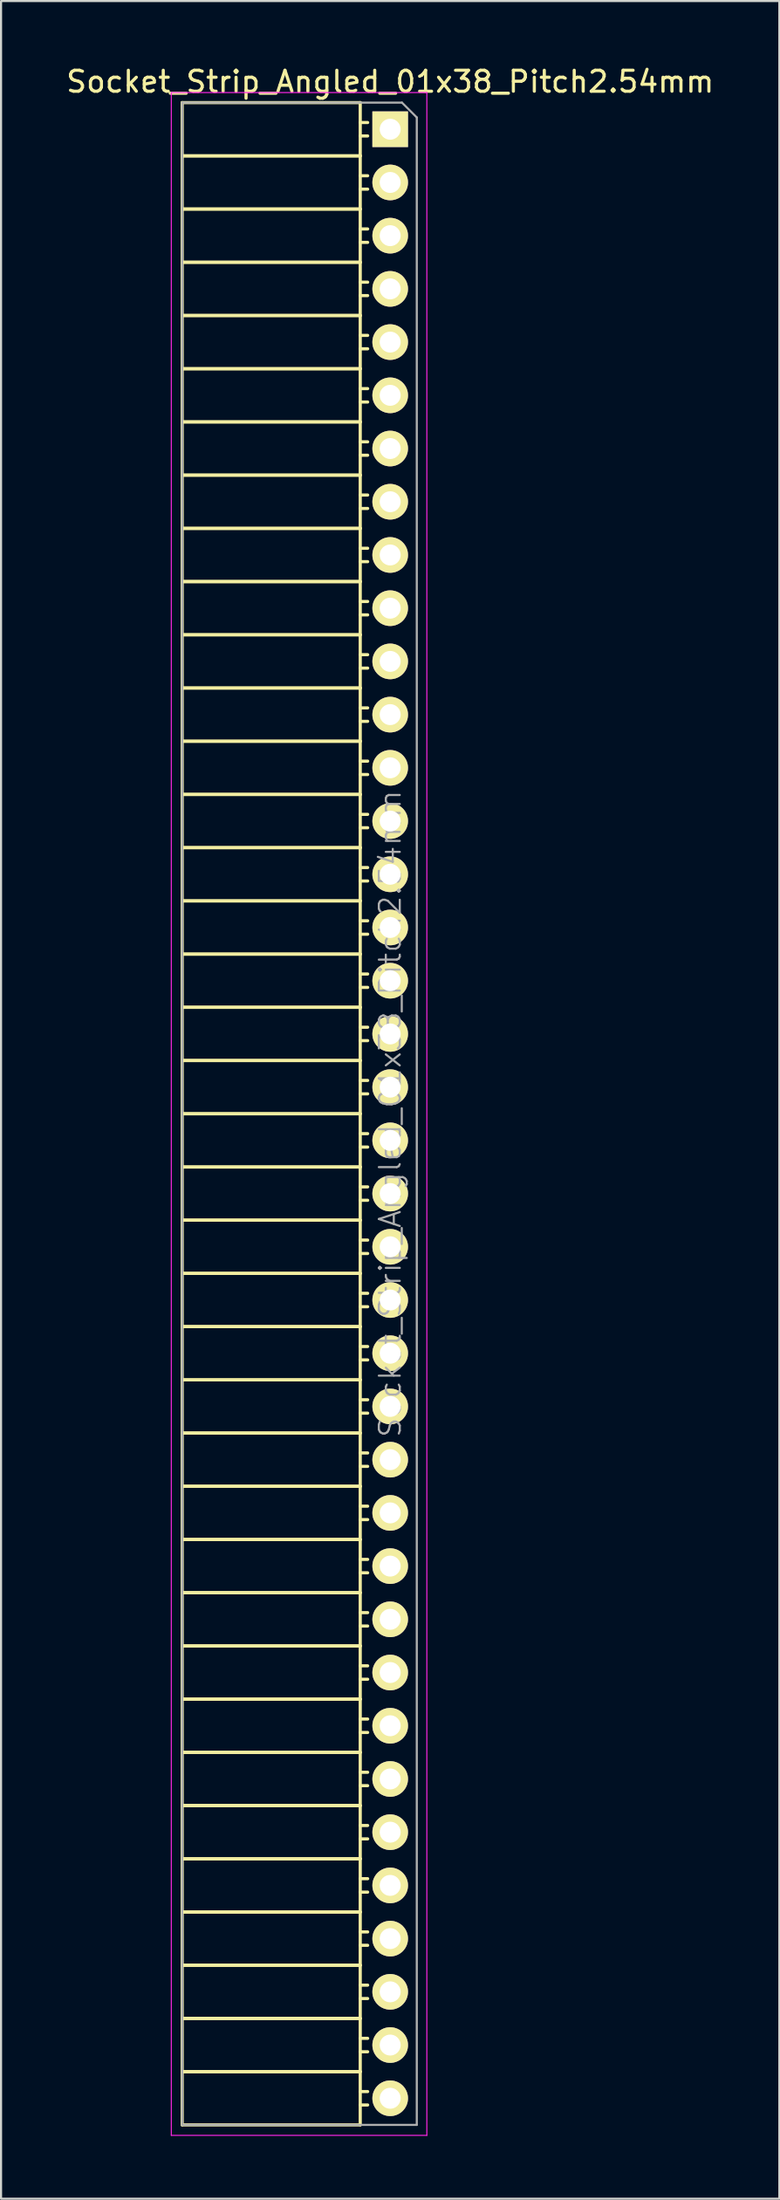
<source format=kicad_pcb>
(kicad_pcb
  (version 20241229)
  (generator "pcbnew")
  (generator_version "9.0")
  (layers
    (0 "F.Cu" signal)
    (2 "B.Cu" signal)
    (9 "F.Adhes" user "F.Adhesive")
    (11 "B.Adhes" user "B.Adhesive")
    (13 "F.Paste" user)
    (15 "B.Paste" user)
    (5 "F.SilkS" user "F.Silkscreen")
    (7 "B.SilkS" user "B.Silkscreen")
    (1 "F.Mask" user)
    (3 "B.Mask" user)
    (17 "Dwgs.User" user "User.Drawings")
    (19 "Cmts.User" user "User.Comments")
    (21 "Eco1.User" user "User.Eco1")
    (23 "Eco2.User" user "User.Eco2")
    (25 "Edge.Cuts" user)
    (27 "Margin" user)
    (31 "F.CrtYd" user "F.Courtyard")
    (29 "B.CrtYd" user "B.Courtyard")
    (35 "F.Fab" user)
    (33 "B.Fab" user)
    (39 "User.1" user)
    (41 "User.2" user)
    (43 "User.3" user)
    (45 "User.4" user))
  (footprint "Socket_Strip_Angled_01x38_Pitch2.54mm"
    (layer "F.Cu")
    (at 15.577 3.118)
    (property "Reference" "Socket_Strip_Angled_01x38_Pitch2.54mm" (at 0 -2.27 0) (layer "F.SilkS") (effects (font (size 1 1) (thickness 0.15))))
    (attr smd)
    (fp_line (start -9.93 -1.27) (end -9.93 1.27) (stroke (width 0.15) (type solid)) (layer "F.SilkS"))
    (fp_line (start -9.93 -1.27) (end -1.43 -1.27) (stroke (width 0.15) (type solid)) (layer "F.SilkS"))
    (fp_line (start -9.93 1.27) (end -9.93 3.81) (stroke (width 0.15) (type solid)) (layer "F.SilkS"))
    (fp_line (start -9.93 1.27) (end -1.43 1.27) (stroke (width 0.15) (type solid)) (layer "F.SilkS"))
    (fp_line (start -9.93 1.27) (end -1.43 1.27) (stroke (width 0.15) (type solid)) (layer "F.SilkS"))
    (fp_line (start -9.93 3.81) (end -9.93 6.35) (stroke (width 0.15) (type solid)) (layer "F.SilkS"))
    (fp_line (start -9.93 3.81) (end -1.43 3.81) (stroke (width 0.15) (type solid)) (layer "F.SilkS"))
    (fp_line (start -9.93 3.81) (end -1.43 3.81) (stroke (width 0.15) (type solid)) (layer "F.SilkS"))
    (fp_line (start -9.93 6.35) (end -9.93 8.89) (stroke (width 0.15) (type solid)) (layer "F.SilkS"))
    (fp_line (start -9.93 6.35) (end -1.43 6.35) (stroke (width 0.15) (type solid)) (layer "F.SilkS"))
    (fp_line (start -9.93 6.35) (end -1.43 6.35) (stroke (width 0.15) (type solid)) (layer "F.SilkS"))
    (fp_line (start -9.93 8.89) (end -9.93 11.43) (stroke (width 0.15) (type solid)) (layer "F.SilkS"))
    (fp_line (start -9.93 8.89) (end -1.43 8.89) (stroke (width 0.15) (type solid)) (layer "F.SilkS"))
    (fp_line (start -9.93 8.89) (end -1.43 8.89) (stroke (width 0.15) (type solid)) (layer "F.SilkS"))
    (fp_line (start -9.93 11.43) (end -9.93 13.97) (stroke (width 0.15) (type solid)) (layer "F.SilkS"))
    (fp_line (start -9.93 11.43) (end -1.43 11.43) (stroke (width 0.15) (type solid)) (layer "F.SilkS"))
    (fp_line (start -9.93 11.43) (end -1.43 11.43) (stroke (width 0.15) (type solid)) (layer "F.SilkS"))
    (fp_line (start -9.93 13.97) (end -9.93 16.51) (stroke (width 0.15) (type solid)) (layer "F.SilkS"))
    (fp_line (start -9.93 13.97) (end -1.43 13.97) (stroke (width 0.15) (type solid)) (layer "F.SilkS"))
    (fp_line (start -9.93 13.97) (end -1.43 13.97) (stroke (width 0.15) (type solid)) (layer "F.SilkS"))
    (fp_line (start -9.93 16.51) (end -9.93 19.05) (stroke (width 0.15) (type solid)) (layer "F.SilkS"))
    (fp_line (start -9.93 16.51) (end -1.43 16.51) (stroke (width 0.15) (type solid)) (layer "F.SilkS"))
    (fp_line (start -9.93 16.51) (end -1.43 16.51) (stroke (width 0.15) (type solid)) (layer "F.SilkS"))
    (fp_line (start -9.93 19.05) (end -9.93 21.59) (stroke (width 0.15) (type solid)) (layer "F.SilkS"))
    (fp_line (start -9.93 19.05) (end -1.43 19.05) (stroke (width 0.15) (type solid)) (layer "F.SilkS"))
    (fp_line (start -9.93 19.05) (end -1.43 19.05) (stroke (width 0.15) (type solid)) (layer "F.SilkS"))
    (fp_line (start -9.93 21.59) (end -9.93 24.13) (stroke (width 0.15) (type solid)) (layer "F.SilkS"))
    (fp_line (start -9.93 21.59) (end -1.43 21.59) (stroke (width 0.15) (type solid)) (layer "F.SilkS"))
    (fp_line (start -9.93 21.59) (end -1.43 21.59) (stroke (width 0.15) (type solid)) (layer "F.SilkS"))
    (fp_line (start -9.93 24.13) (end -9.93 26.67) (stroke (width 0.15) (type solid)) (layer "F.SilkS"))
    (fp_line (start -9.93 24.13) (end -1.43 24.13) (stroke (width 0.15) (type solid)) (layer "F.SilkS"))
    (fp_line (start -9.93 24.13) (end -1.43 24.13) (stroke (width 0.15) (type solid)) (layer "F.SilkS"))
    (fp_line (start -9.93 26.67) (end -9.93 29.21) (stroke (width 0.15) (type solid)) (layer "F.SilkS"))
    (fp_line (start -9.93 26.67) (end -1.43 26.67) (stroke (width 0.15) (type solid)) (layer "F.SilkS"))
    (fp_line (start -9.93 26.67) (end -1.43 26.67) (stroke (width 0.15) (type solid)) (layer "F.SilkS"))
    (fp_line (start -9.93 29.21) (end -9.93 31.75) (stroke (width 0.15) (type solid)) (layer "F.SilkS"))
    (fp_line (start -9.93 29.21) (end -1.43 29.21) (stroke (width 0.15) (type solid)) (layer "F.SilkS"))
    (fp_line (start -9.93 29.21) (end -1.43 29.21) (stroke (width 0.15) (type solid)) (layer "F.SilkS"))
    (fp_line (start -9.93 31.75) (end -9.93 34.29) (stroke (width 0.15) (type solid)) (layer "F.SilkS"))
    (fp_line (start -9.93 31.75) (end -1.43 31.75) (stroke (width 0.15) (type solid)) (layer "F.SilkS"))
    (fp_line (start -9.93 31.75) (end -1.43 31.75) (stroke (width 0.15) (type solid)) (layer "F.SilkS"))
    (fp_line (start -9.93 34.29) (end -9.93 36.83) (stroke (width 0.15) (type solid)) (layer "F.SilkS"))
    (fp_line (start -9.93 34.29) (end -1.43 34.29) (stroke (width 0.15) (type solid)) (layer "F.SilkS"))
    (fp_line (start -9.93 34.29) (end -1.43 34.29) (stroke (width 0.15) (type solid)) (layer "F.SilkS"))
    (fp_line (start -9.93 36.83) (end -9.93 39.37) (stroke (width 0.15) (type solid)) (layer "F.SilkS"))
    (fp_line (start -9.93 36.83) (end -1.43 36.83) (stroke (width 0.15) (type solid)) (layer "F.SilkS"))
    (fp_line (start -9.93 36.83) (end -1.43 36.83) (stroke (width 0.15) (type solid)) (layer "F.SilkS"))
    (fp_line (start -9.93 39.37) (end -9.93 41.91) (stroke (width 0.15) (type solid)) (layer "F.SilkS"))
    (fp_line (start -9.93 39.37) (end -1.43 39.37) (stroke (width 0.15) (type solid)) (layer "F.SilkS"))
    (fp_line (start -9.93 39.37) (end -1.43 39.37) (stroke (width 0.15) (type solid)) (layer "F.SilkS"))
    (fp_line (start -9.93 41.91) (end -9.93 44.45) (stroke (width 0.15) (type solid)) (layer "F.SilkS"))
    (fp_line (start -9.93 41.91) (end -1.43 41.91) (stroke (width 0.15) (type solid)) (layer "F.SilkS"))
    (fp_line (start -9.93 41.91) (end -1.43 41.91) (stroke (width 0.15) (type solid)) (layer "F.SilkS"))
    (fp_line (start -9.93 44.45) (end -9.93 46.99) (stroke (width 0.15) (type solid)) (layer "F.SilkS"))
    (fp_line (start -9.93 44.45) (end -1.43 44.45) (stroke (width 0.15) (type solid)) (layer "F.SilkS"))
    (fp_line (start -9.93 44.45) (end -1.43 44.45) (stroke (width 0.15) (type solid)) (layer "F.SilkS"))
    (fp_line (start -9.93 46.99) (end -9.93 49.53) (stroke (width 0.15) (type solid)) (layer "F.SilkS"))
    (fp_line (start -9.93 46.99) (end -1.43 46.99) (stroke (width 0.15) (type solid)) (layer "F.SilkS"))
    (fp_line (start -9.93 46.99) (end -1.43 46.99) (stroke (width 0.15) (type solid)) (layer "F.SilkS"))
    (fp_line (start -9.93 49.53) (end -9.93 52.07) (stroke (width 0.15) (type solid)) (layer "F.SilkS"))
    (fp_line (start -9.93 49.53) (end -1.43 49.53) (stroke (width 0.15) (type solid)) (layer "F.SilkS"))
    (fp_line (start -9.93 49.53) (end -1.43 49.53) (stroke (width 0.15) (type solid)) (layer "F.SilkS"))
    (fp_line (start -9.93 52.07) (end -9.93 54.61) (stroke (width 0.15) (type solid)) (layer "F.SilkS"))
    (fp_line (start -9.93 52.07) (end -1.43 52.07) (stroke (width 0.15) (type solid)) (layer "F.SilkS"))
    (fp_line (start -9.93 52.07) (end -1.43 52.07) (stroke (width 0.15) (type solid)) (layer "F.SilkS"))
    (fp_line (start -9.93 54.61) (end -9.93 57.15) (stroke (width 0.15) (type solid)) (layer "F.SilkS"))
    (fp_line (start -9.93 54.61) (end -1.43 54.61) (stroke (width 0.15) (type solid)) (layer "F.SilkS"))
    (fp_line (start -9.93 54.61) (end -1.43 54.61) (stroke (width 0.15) (type solid)) (layer "F.SilkS"))
    (fp_line (start -9.93 57.15) (end -9.93 59.69) (stroke (width 0.15) (type solid)) (layer "F.SilkS"))
    (fp_line (start -9.93 57.15) (end -1.43 57.15) (stroke (width 0.15) (type solid)) (layer "F.SilkS"))
    (fp_line (start -9.93 57.15) (end -1.43 57.15) (stroke (width 0.15) (type solid)) (layer "F.SilkS"))
    (fp_line (start -9.93 59.69) (end -9.93 62.23) (stroke (width 0.15) (type solid)) (layer "F.SilkS"))
    (fp_line (start -9.93 59.69) (end -1.43 59.69) (stroke (width 0.15) (type solid)) (layer "F.SilkS"))
    (fp_line (start -9.93 59.69) (end -1.43 59.69) (stroke (width 0.15) (type solid)) (layer "F.SilkS"))
    (fp_line (start -9.93 62.23) (end -9.93 64.77) (stroke (width 0.15) (type solid)) (layer "F.SilkS"))
    (fp_line (start -9.93 62.23) (end -1.43 62.23) (stroke (width 0.15) (type solid)) (layer "F.SilkS"))
    (fp_line (start -9.93 62.23) (end -1.43 62.23) (stroke (width 0.15) (type solid)) (layer "F.SilkS"))
    (fp_line (start -9.93 64.77) (end -9.93 67.31) (stroke (width 0.15) (type solid)) (layer "F.SilkS"))
    (fp_line (start -9.93 64.77) (end -1.43 64.77) (stroke (width 0.15) (type solid)) (layer "F.SilkS"))
    (fp_line (start -9.93 64.77) (end -1.43 64.77) (stroke (width 0.15) (type solid)) (layer "F.SilkS"))
    (fp_line (start -9.93 67.31) (end -9.93 69.85) (stroke (width 0.15) (type solid)) (layer "F.SilkS"))
    (fp_line (start -9.93 67.31) (end -1.43 67.31) (stroke (width 0.15) (type solid)) (layer "F.SilkS"))
    (fp_line (start -9.93 67.31) (end -1.43 67.31) (stroke (width 0.15) (type solid)) (layer "F.SilkS"))
    (fp_line (start -9.93 69.85) (end -9.93 72.39) (stroke (width 0.15) (type solid)) (layer "F.SilkS"))
    (fp_line (start -9.93 69.85) (end -1.43 69.85) (stroke (width 0.15) (type solid)) (layer "F.SilkS"))
    (fp_line (start -9.93 69.85) (end -1.43 69.85) (stroke (width 0.15) (type solid)) (layer "F.SilkS"))
    (fp_line (start -9.93 72.39) (end -9.93 74.93) (stroke (width 0.15) (type solid)) (layer "F.SilkS"))
    (fp_line (start -9.93 72.39) (end -1.43 72.39) (stroke (width 0.15) (type solid)) (layer "F.SilkS"))
    (fp_line (start -9.93 72.39) (end -1.43 72.39) (stroke (width 0.15) (type solid)) (layer "F.SilkS"))
    (fp_line (start -9.93 74.93) (end -9.93 77.47) (stroke (width 0.15) (type solid)) (layer "F.SilkS"))
    (fp_line (start -9.93 74.93) (end -1.43 74.93) (stroke (width 0.15) (type solid)) (layer "F.SilkS"))
    (fp_line (start -9.93 74.93) (end -1.43 74.93) (stroke (width 0.15) (type solid)) (layer "F.SilkS"))
    (fp_line (start -9.93 77.47) (end -9.93 80.01) (stroke (width 0.15) (type solid)) (layer "F.SilkS"))
    (fp_line (start -9.93 77.47) (end -1.43 77.47) (stroke (width 0.15) (type solid)) (layer "F.SilkS"))
    (fp_line (start -9.93 77.47) (end -1.43 77.47) (stroke (width 0.15) (type solid)) (layer "F.SilkS"))
    (fp_line (start -9.93 80.01) (end -9.93 82.55) (stroke (width 0.15) (type solid)) (layer "F.SilkS"))
    (fp_line (start -9.93 80.01) (end -1.43 80.01) (stroke (width 0.15) (type solid)) (layer "F.SilkS"))
    (fp_line (start -9.93 80.01) (end -1.43 80.01) (stroke (width 0.15) (type solid)) (layer "F.SilkS"))
    (fp_line (start -9.93 82.55) (end -9.93 85.09) (stroke (width 0.15) (type solid)) (layer "F.SilkS"))
    (fp_line (start -9.93 82.55) (end -1.43 82.55) (stroke (width 0.15) (type solid)) (layer "F.SilkS"))
    (fp_line (start -9.93 82.55) (end -1.43 82.55) (stroke (width 0.15) (type solid)) (layer "F.SilkS"))
    (fp_line (start -9.93 85.09) (end -9.93 87.63) (stroke (width 0.15) (type solid)) (layer "F.SilkS"))
    (fp_line (start -9.93 85.09) (end -1.43 85.09) (stroke (width 0.15) (type solid)) (layer "F.SilkS"))
    (fp_line (start -9.93 85.09) (end -1.43 85.09) (stroke (width 0.15) (type solid)) (layer "F.SilkS"))
    (fp_line (start -9.93 87.63) (end -9.93 90.17) (stroke (width 0.15) (type solid)) (layer "F.SilkS"))
    (fp_line (start -9.93 87.63) (end -1.43 87.63) (stroke (width 0.15) (type solid)) (layer "F.SilkS"))
    (fp_line (start -9.93 87.63) (end -1.43 87.63) (stroke (width 0.15) (type solid)) (layer "F.SilkS"))
    (fp_line (start -9.93 90.17) (end -9.93 92.71) (stroke (width 0.15) (type solid)) (layer "F.SilkS"))
    (fp_line (start -9.93 90.17) (end -1.43 90.17) (stroke (width 0.15) (type solid)) (layer "F.SilkS"))
    (fp_line (start -9.93 90.17) (end -1.43 90.17) (stroke (width 0.15) (type solid)) (layer "F.SilkS"))
    (fp_line (start -9.93 92.71) (end -9.93 95.25) (stroke (width 0.15) (type solid)) (layer "F.SilkS"))
    (fp_line (start -9.93 92.71) (end -1.43 92.71) (stroke (width 0.15) (type solid)) (layer "F.SilkS"))
    (fp_line (start -9.93 92.71) (end -1.43 92.71) (stroke (width 0.15) (type solid)) (layer "F.SilkS"))
    (fp_line (start -9.93 95.25) (end -1.43 95.25) (stroke (width 0.15) (type solid)) (layer "F.SilkS"))
    (fp_line (start -1.43 -1.27) (end -1.43 1.27) (stroke (width 0.15) (type solid)) (layer "F.SilkS"))
    (fp_line (start -1.43 -0.32) (end -1.075 -0.32) (stroke (width 0.15) (type solid)) (layer "F.SilkS"))
    (fp_line (start -1.43 0.32) (end -1.075 0.32) (stroke (width 0.15) (type solid)) (layer "F.SilkS"))
    (fp_line (start -1.43 1.27) (end -1.43 3.81) (stroke (width 0.15) (type solid)) (layer "F.SilkS"))
    (fp_line (start -1.43 2.22) (end -1.075 2.22) (stroke (width 0.15) (type solid)) (layer "F.SilkS"))
    (fp_line (start -1.43 2.86) (end -1.075 2.86) (stroke (width 0.15) (type solid)) (layer "F.SilkS"))
    (fp_line (start -1.43 3.81) (end -1.43 6.35) (stroke (width 0.15) (type solid)) (layer "F.SilkS"))
    (fp_line (start -1.43 4.76) (end -1.075 4.76) (stroke (width 0.15) (type solid)) (layer "F.SilkS"))
    (fp_line (start -1.43 5.4) (end -1.075 5.4) (stroke (width 0.15) (type solid)) (layer "F.SilkS"))
    (fp_line (start -1.43 6.35) (end -1.43 8.89) (stroke (width 0.15) (type solid)) (layer "F.SilkS"))
    (fp_line (start -1.43 7.3) (end -1.075 7.3) (stroke (width 0.15) (type solid)) (layer "F.SilkS"))
    (fp_line (start -1.43 7.94) (end -1.075 7.94) (stroke (width 0.15) (type solid)) (layer "F.SilkS"))
    (fp_line (start -1.43 8.89) (end -1.43 11.43) (stroke (width 0.15) (type solid)) (layer "F.SilkS"))
    (fp_line (start -1.43 9.84) (end -1.075 9.84) (stroke (width 0.15) (type solid)) (layer "F.SilkS"))
    (fp_line (start -1.43 10.48) (end -1.075 10.48) (stroke (width 0.15) (type solid)) (layer "F.SilkS"))
    (fp_line (start -1.43 11.43) (end -1.43 13.97) (stroke (width 0.15) (type solid)) (layer "F.SilkS"))
    (fp_line (start -1.43 12.38) (end -1.075 12.38) (stroke (width 0.15) (type solid)) (layer "F.SilkS"))
    (fp_line (start -1.43 13.02) (end -1.075 13.02) (stroke (width 0.15) (type solid)) (layer "F.SilkS"))
    (fp_line (start -1.43 13.97) (end -1.43 16.51) (stroke (width 0.15) (type solid)) (layer "F.SilkS"))
    (fp_line (start -1.43 14.92) (end -1.075 14.92) (stroke (width 0.15) (type solid)) (layer "F.SilkS"))
    (fp_line (start -1.43 15.56) (end -1.075 15.56) (stroke (width 0.15) (type solid)) (layer "F.SilkS"))
    (fp_line (start -1.43 16.51) (end -1.43 19.05) (stroke (width 0.15) (type solid)) (layer "F.SilkS"))
    (fp_line (start -1.43 17.46) (end -1.075 17.46) (stroke (width 0.15) (type solid)) (layer "F.SilkS"))
    (fp_line (start -1.43 18.1) (end -1.075 18.1) (stroke (width 0.15) (type solid)) (layer "F.SilkS"))
    (fp_line (start -1.43 19.05) (end -1.43 21.59) (stroke (width 0.15) (type solid)) (layer "F.SilkS"))
    (fp_line (start -1.43 20) (end -1.075 20) (stroke (width 0.15) (type solid)) (layer "F.SilkS"))
    (fp_line (start -1.43 20.64) (end -1.075 20.64) (stroke (width 0.15) (type solid)) (layer "F.SilkS"))
    (fp_line (start -1.43 21.59) (end -1.43 24.13) (stroke (width 0.15) (type solid)) (layer "F.SilkS"))
    (fp_line (start -1.43 22.54) (end -1.075 22.54) (stroke (width 0.15) (type solid)) (layer "F.SilkS"))
    (fp_line (start -1.43 23.18) (end -1.075 23.18) (stroke (width 0.15) (type solid)) (layer "F.SilkS"))
    (fp_line (start -1.43 24.13) (end -1.43 26.67) (stroke (width 0.15) (type solid)) (layer "F.SilkS"))
    (fp_line (start -1.43 25.08) (end -1.075 25.08) (stroke (width 0.15) (type solid)) (layer "F.SilkS"))
    (fp_line (start -1.43 25.72) (end -1.075 25.72) (stroke (width 0.15) (type solid)) (layer "F.SilkS"))
    (fp_line (start -1.43 26.67) (end -1.43 29.21) (stroke (width 0.15) (type solid)) (layer "F.SilkS"))
    (fp_line (start -1.43 27.62) (end -1.075 27.62) (stroke (width 0.15) (type solid)) (layer "F.SilkS"))
    (fp_line (start -1.43 28.26) (end -1.075 28.26) (stroke (width 0.15) (type solid)) (layer "F.SilkS"))
    (fp_line (start -1.43 29.21) (end -1.43 31.75) (stroke (width 0.15) (type solid)) (layer "F.SilkS"))
    (fp_line (start -1.43 30.16) (end -1.075 30.16) (stroke (width 0.15) (type solid)) (layer "F.SilkS"))
    (fp_line (start -1.43 30.8) (end -1.075 30.8) (stroke (width 0.15) (type solid)) (layer "F.SilkS"))
    (fp_line (start -1.43 31.75) (end -1.43 34.29) (stroke (width 0.15) (type solid)) (layer "F.SilkS"))
    (fp_line (start -1.43 32.7) (end -1.075 32.7) (stroke (width 0.15) (type solid)) (layer "F.SilkS"))
    (fp_line (start -1.43 33.34) (end -1.075 33.34) (stroke (width 0.15) (type solid)) (layer "F.SilkS"))
    (fp_line (start -1.43 34.29) (end -1.43 36.83) (stroke (width 0.15) (type solid)) (layer "F.SilkS"))
    (fp_line (start -1.43 35.24) (end -1.075 35.24) (stroke (width 0.15) (type solid)) (layer "F.SilkS"))
    (fp_line (start -1.43 35.88) (end -1.075 35.88) (stroke (width 0.15) (type solid)) (layer "F.SilkS"))
    (fp_line (start -1.43 36.83) (end -1.43 39.37) (stroke (width 0.15) (type solid)) (layer "F.SilkS"))
    (fp_line (start -1.43 37.78) (end -1.075 37.78) (stroke (width 0.15) (type solid)) (layer "F.SilkS"))
    (fp_line (start -1.43 38.42) (end -1.075 38.42) (stroke (width 0.15) (type solid)) (layer "F.SilkS"))
    (fp_line (start -1.43 39.37) (end -1.43 41.91) (stroke (width 0.15) (type solid)) (layer "F.SilkS"))
    (fp_line (start -1.43 40.32) (end -1.075 40.32) (stroke (width 0.15) (type solid)) (layer "F.SilkS"))
    (fp_line (start -1.43 40.96) (end -1.075 40.96) (stroke (width 0.15) (type solid)) (layer "F.SilkS"))
    (fp_line (start -1.43 41.91) (end -1.43 44.45) (stroke (width 0.15) (type solid)) (layer "F.SilkS"))
    (fp_line (start -1.43 42.86) (end -1.075 42.86) (stroke (width 0.15) (type solid)) (layer "F.SilkS"))
    (fp_line (start -1.43 43.5) (end -1.075 43.5) (stroke (width 0.15) (type solid)) (layer "F.SilkS"))
    (fp_line (start -1.43 44.45) (end -1.43 46.99) (stroke (width 0.15) (type solid)) (layer "F.SilkS"))
    (fp_line (start -1.43 45.4) (end -1.075 45.4) (stroke (width 0.15) (type solid)) (layer "F.SilkS"))
    (fp_line (start -1.43 46.04) (end -1.075 46.04) (stroke (width 0.15) (type solid)) (layer "F.SilkS"))
    (fp_line (start -1.43 46.99) (end -1.43 49.53) (stroke (width 0.15) (type solid)) (layer "F.SilkS"))
    (fp_line (start -1.43 47.94) (end -1.075 47.94) (stroke (width 0.15) (type solid)) (layer "F.SilkS"))
    (fp_line (start -1.43 48.58) (end -1.075 48.58) (stroke (width 0.15) (type solid)) (layer "F.SilkS"))
    (fp_line (start -1.43 49.53) (end -1.43 52.07) (stroke (width 0.15) (type solid)) (layer "F.SilkS"))
    (fp_line (start -1.43 50.48) (end -1.075 50.48) (stroke (width 0.15) (type solid)) (layer "F.SilkS"))
    (fp_line (start -1.43 51.12) (end -1.075 51.12) (stroke (width 0.15) (type solid)) (layer "F.SilkS"))
    (fp_line (start -1.43 52.07) (end -1.43 54.61) (stroke (width 0.15) (type solid)) (layer "F.SilkS"))
    (fp_line (start -1.43 53.02) (end -1.075 53.02) (stroke (width 0.15) (type solid)) (layer "F.SilkS"))
    (fp_line (start -1.43 53.66) (end -1.075 53.66) (stroke (width 0.15) (type solid)) (layer "F.SilkS"))
    (fp_line (start -1.43 54.61) (end -1.43 57.15) (stroke (width 0.15) (type solid)) (layer "F.SilkS"))
    (fp_line (start -1.43 55.56) (end -1.075 55.56) (stroke (width 0.15) (type solid)) (layer "F.SilkS"))
    (fp_line (start -1.43 56.2) (end -1.075 56.2) (stroke (width 0.15) (type solid)) (layer "F.SilkS"))
    (fp_line (start -1.43 57.15) (end -1.43 59.69) (stroke (width 0.15) (type solid)) (layer "F.SilkS"))
    (fp_line (start -1.43 58.1) (end -1.075 58.1) (stroke (width 0.15) (type solid)) (layer "F.SilkS"))
    (fp_line (start -1.43 58.74) (end -1.075 58.74) (stroke (width 0.15) (type solid)) (layer "F.SilkS"))
    (fp_line (start -1.43 59.69) (end -1.43 62.23) (stroke (width 0.15) (type solid)) (layer "F.SilkS"))
    (fp_line (start -1.43 60.64) (end -1.075 60.64) (stroke (width 0.15) (type solid)) (layer "F.SilkS"))
    (fp_line (start -1.43 61.28) (end -1.075 61.28) (stroke (width 0.15) (type solid)) (layer "F.SilkS"))
    (fp_line (start -1.43 62.23) (end -1.43 64.77) (stroke (width 0.15) (type solid)) (layer "F.SilkS"))
    (fp_line (start -1.43 63.18) (end -1.075 63.18) (stroke (width 0.15) (type solid)) (layer "F.SilkS"))
    (fp_line (start -1.43 63.82) (end -1.075 63.82) (stroke (width 0.15) (type solid)) (layer "F.SilkS"))
    (fp_line (start -1.43 64.77) (end -1.43 67.31) (stroke (width 0.15) (type solid)) (layer "F.SilkS"))
    (fp_line (start -1.43 65.72) (end -1.075 65.72) (stroke (width 0.15) (type solid)) (layer "F.SilkS"))
    (fp_line (start -1.43 66.36) (end -1.075 66.36) (stroke (width 0.15) (type solid)) (layer "F.SilkS"))
    (fp_line (start -1.43 67.31) (end -1.43 69.85) (stroke (width 0.15) (type solid)) (layer "F.SilkS"))
    (fp_line (start -1.43 68.26) (end -1.075 68.26) (stroke (width 0.15) (type solid)) (layer "F.SilkS"))
    (fp_line (start -1.43 68.9) (end -1.075 68.9) (stroke (width 0.15) (type solid)) (layer "F.SilkS"))
    (fp_line (start -1.43 69.85) (end -1.43 72.39) (stroke (width 0.15) (type solid)) (layer "F.SilkS"))
    (fp_line (start -1.43 70.8) (end -1.075 70.8) (stroke (width 0.15) (type solid)) (layer "F.SilkS"))
    (fp_line (start -1.43 71.44) (end -1.075 71.44) (stroke (width 0.15) (type solid)) (layer "F.SilkS"))
    (fp_line (start -1.43 72.39) (end -1.43 74.93) (stroke (width 0.15) (type solid)) (layer "F.SilkS"))
    (fp_line (start -1.43 73.34) (end -1.075 73.34) (stroke (width 0.15) (type solid)) (layer "F.SilkS"))
    (fp_line (start -1.43 73.98) (end -1.075 73.98) (stroke (width 0.15) (type solid)) (layer "F.SilkS"))
    (fp_line (start -1.43 74.93) (end -1.43 77.47) (stroke (width 0.15) (type solid)) (layer "F.SilkS"))
    (fp_line (start -1.43 75.88) (end -1.075 75.88) (stroke (width 0.15) (type solid)) (layer "F.SilkS"))
    (fp_line (start -1.43 76.52) (end -1.075 76.52) (stroke (width 0.15) (type solid)) (layer "F.SilkS"))
    (fp_line (start -1.43 77.47) (end -1.43 80.01) (stroke (width 0.15) (type solid)) (layer "F.SilkS"))
    (fp_line (start -1.43 78.42) (end -1.075 78.42) (stroke (width 0.15) (type solid)) (layer "F.SilkS"))
    (fp_line (start -1.43 79.06) (end -1.075 79.06) (stroke (width 0.15) (type solid)) (layer "F.SilkS"))
    (fp_line (start -1.43 80.01) (end -1.43 82.55) (stroke (width 0.15) (type solid)) (layer "F.SilkS"))
    (fp_line (start -1.43 80.96) (end -1.075 80.96) (stroke (width 0.15) (type solid)) (layer "F.SilkS"))
    (fp_line (start -1.43 81.6) (end -1.075 81.6) (stroke (width 0.15) (type solid)) (layer "F.SilkS"))
    (fp_line (start -1.43 82.55) (end -1.43 85.09) (stroke (width 0.15) (type solid)) (layer "F.SilkS"))
    (fp_line (start -1.43 83.5) (end -1.075 83.5) (stroke (width 0.15) (type solid)) (layer "F.SilkS"))
    (fp_line (start -1.43 84.14) (end -1.075 84.14) (stroke (width 0.15) (type solid)) (layer "F.SilkS"))
    (fp_line (start -1.43 85.09) (end -1.43 87.63) (stroke (width 0.15) (type solid)) (layer "F.SilkS"))
    (fp_line (start -1.43 86.04) (end -1.075 86.04) (stroke (width 0.15) (type solid)) (layer "F.SilkS"))
    (fp_line (start -1.43 86.68) (end -1.075 86.68) (stroke (width 0.15) (type solid)) (layer "F.SilkS"))
    (fp_line (start -1.43 87.63) (end -1.43 90.17) (stroke (width 0.15) (type solid)) (layer "F.SilkS"))
    (fp_line (start -1.43 88.58) (end -1.075 88.58) (stroke (width 0.15) (type solid)) (layer "F.SilkS"))
    (fp_line (start -1.43 89.22) (end -1.075 89.22) (stroke (width 0.15) (type solid)) (layer "F.SilkS"))
    (fp_line (start -1.43 90.17) (end -1.43 92.71) (stroke (width 0.15) (type solid)) (layer "F.SilkS"))
    (fp_line (start -1.43 91.12) (end -1.075 91.12) (stroke (width 0.15) (type solid)) (layer "F.SilkS"))
    (fp_line (start -1.43 91.76) (end -1.075 91.76) (stroke (width 0.15) (type solid)) (layer "F.SilkS"))
    (fp_line (start -1.43 92.71) (end -1.43 95.25) (stroke (width 0.15) (type solid)) (layer "F.SilkS"))
    (fp_line (start -1.43 93.66) (end -1.075 93.66) (stroke (width 0.15) (type solid)) (layer "F.SilkS"))
    (fp_line (start -1.43 94.3) (end -1.075 94.3) (stroke (width 0.15) (type solid)) (layer "F.SilkS"))
    (fp_line (start -10.45 -1.75) (end 1.75 -1.75) (stroke (width 0.05) (type solid)) (layer "F.CrtYd"))
    (fp_line (start -10.45 95.75) (end -10.45 -1.75) (stroke (width 0.05) (type solid)) (layer "F.CrtYd"))
    (fp_line (start -10.45 95.75) (end 1.75 95.75) (stroke (width 0.05) (type solid)) (layer "F.CrtYd"))
    (fp_line (start 1.75 95.75) (end 1.75 -1.75) (stroke (width 0.05) (type solid)) (layer "F.CrtYd"))
    (fp_line (start -9.93 -1.27) (end 0.563 -1.27) (stroke (width 0.1) (type solid)) (layer "F.Fab"))
    (fp_line (start -9.93 95.25) (end -9.93 -1.27) (stroke (width 0.1) (type solid)) (layer "F.Fab"))
    (fp_line (start -9.93 95.25) (end 1.27 95.25) (stroke (width 0.1) (type solid)) (layer "F.Fab"))
    (fp_line (start 1.27 -0.563) (end 0.563 -1.27) (stroke (width 0.1) (type solid)) (layer "F.Fab"))
    (fp_line (start 1.27 95.25) (end 1.27 -0.563) (stroke (width 0.1) (type solid)) (layer "F.Fab"))
    (fp_text user "${REFERENCE}" (at 0 46.99 90) (layer "F.Fab") (effects (font (size 1 1) (thickness 0.1))))
    (pad "1" thru_hole rect (at 0 0) (size 1.7 1.7) (drill 1) (layers "*.Cu" "*.Mask" "F.SilkS"))
    (pad "2" thru_hole oval (at 0 2.54) (size 1.7 1.7) (drill 1) (layers "*.Cu" "*.Mask" "F.SilkS"))
    (pad "3" thru_hole oval (at 0 5.08) (size 1.7 1.7) (drill 1) (layers "*.Cu" "*.Mask" "F.SilkS"))
    (pad "4" thru_hole oval (at 0 7.62) (size 1.7 1.7) (drill 1) (layers "*.Cu" "*.Mask" "F.SilkS"))
    (pad "5" thru_hole oval (at 0 10.16) (size 1.7 1.7) (drill 1) (layers "*.Cu" "*.Mask" "F.SilkS"))
    (pad "6" thru_hole oval (at 0 12.7) (size 1.7 1.7) (drill 1) (layers "*.Cu" "*.Mask" "F.SilkS"))
    (pad "7" thru_hole oval (at 0 15.24) (size 1.7 1.7) (drill 1) (layers "*.Cu" "*.Mask" "F.SilkS"))
    (pad "8" thru_hole oval (at 0 17.78) (size 1.7 1.7) (drill 1) (layers "*.Cu" "*.Mask" "F.SilkS"))
    (pad "9" thru_hole oval (at 0 20.32) (size 1.7 1.7) (drill 1) (layers "*.Cu" "*.Mask" "F.SilkS"))
    (pad "10" thru_hole oval (at 0 22.86) (size 1.7 1.7) (drill 1) (layers "*.Cu" "*.Mask" "F.SilkS"))
    (pad "11" thru_hole oval (at 0 25.4) (size 1.7 1.7) (drill 1) (layers "*.Cu" "*.Mask" "F.SilkS"))
    (pad "12" thru_hole oval (at 0 27.94) (size 1.7 1.7) (drill 1) (layers "*.Cu" "*.Mask" "F.SilkS"))
    (pad "13" thru_hole oval (at 0 30.48) (size 1.7 1.7) (drill 1) (layers "*.Cu" "*.Mask" "F.SilkS"))
    (pad "14" thru_hole oval (at 0 33.02) (size 1.7 1.7) (drill 1) (layers "*.Cu" "*.Mask" "F.SilkS"))
    (pad "15" thru_hole oval (at 0 35.56) (size 1.7 1.7) (drill 1) (layers "*.Cu" "*.Mask" "F.SilkS"))
    (pad "16" thru_hole oval (at 0 38.1) (size 1.7 1.7) (drill 1) (layers "*.Cu" "*.Mask" "F.SilkS"))
    (pad "17" thru_hole oval (at 0 40.64) (size 1.7 1.7) (drill 1) (layers "*.Cu" "*.Mask" "F.SilkS"))
    (pad "18" thru_hole oval (at 0 43.18) (size 1.7 1.7) (drill 1) (layers "*.Cu" "*.Mask" "F.SilkS"))
    (pad "19" thru_hole oval (at 0 45.72) (size 1.7 1.7) (drill 1) (layers "*.Cu" "*.Mask" "F.SilkS"))
    (pad "20" thru_hole oval (at 0 48.26) (size 1.7 1.7) (drill 1) (layers "*.Cu" "*.Mask" "F.SilkS"))
    (pad "21" thru_hole oval (at 0 50.8) (size 1.7 1.7) (drill 1) (layers "*.Cu" "*.Mask" "F.SilkS"))
    (pad "22" thru_hole oval (at 0 53.34) (size 1.7 1.7) (drill 1) (layers "*.Cu" "*.Mask" "F.SilkS"))
    (pad "23" thru_hole oval (at 0 55.88) (size 1.7 1.7) (drill 1) (layers "*.Cu" "*.Mask" "F.SilkS"))
    (pad "24" thru_hole oval (at 0 58.42) (size 1.7 1.7) (drill 1) (layers "*.Cu" "*.Mask" "F.SilkS"))
    (pad "25" thru_hole oval (at 0 60.96) (size 1.7 1.7) (drill 1) (layers "*.Cu" "*.Mask" "F.SilkS"))
    (pad "26" thru_hole oval (at 0 63.5) (size 1.7 1.7) (drill 1) (layers "*.Cu" "*.Mask" "F.SilkS"))
    (pad "27" thru_hole oval (at 0 66.04) (size 1.7 1.7) (drill 1) (layers "*.Cu" "*.Mask" "F.SilkS"))
    (pad "28" thru_hole oval (at 0 68.58) (size 1.7 1.7) (drill 1) (layers "*.Cu" "*.Mask" "F.SilkS"))
    (pad "29" thru_hole oval (at 0 71.12) (size 1.7 1.7) (drill 1) (layers "*.Cu" "*.Mask" "F.SilkS"))
    (pad "30" thru_hole oval (at 0 73.66) (size 1.7 1.7) (drill 1) (layers "*.Cu" "*.Mask" "F.SilkS"))
    (pad "31" thru_hole oval (at 0 76.2) (size 1.7 1.7) (drill 1) (layers "*.Cu" "*.Mask" "F.SilkS"))
    (pad "32" thru_hole oval (at 0 78.74) (size 1.7 1.7) (drill 1) (layers "*.Cu" "*.Mask" "F.SilkS"))
    (pad "33" thru_hole oval (at 0 81.28) (size 1.7 1.7) (drill 1) (layers "*.Cu" "*.Mask" "F.SilkS"))
    (pad "34" thru_hole oval (at 0 83.82) (size 1.7 1.7) (drill 1) (layers "*.Cu" "*.Mask" "F.SilkS"))
    (pad "35" thru_hole oval (at 0 86.36) (size 1.7 1.7) (drill 1) (layers "*.Cu" "*.Mask" "F.SilkS"))
    (pad "36" thru_hole oval (at 0 88.9) (size 1.7 1.7) (drill 1) (layers "*.Cu" "*.Mask" "F.SilkS"))
    (pad "37" thru_hole oval (at 0 91.44) (size 1.7 1.7) (drill 1) (layers "*.Cu" "*.Mask" "F.SilkS"))
    (pad "38" thru_hole oval (at 0 93.98) (size 1.7 1.7) (drill 1) (layers "*.Cu" "*.Mask" "F.SilkS")))
  (gr_rect
    (start -3 -3)
    (end 34.155 101.893)
    (stroke (width 0.1) (type default))
    (fill no)
    (layer "Edge.Cuts")))
</source>
